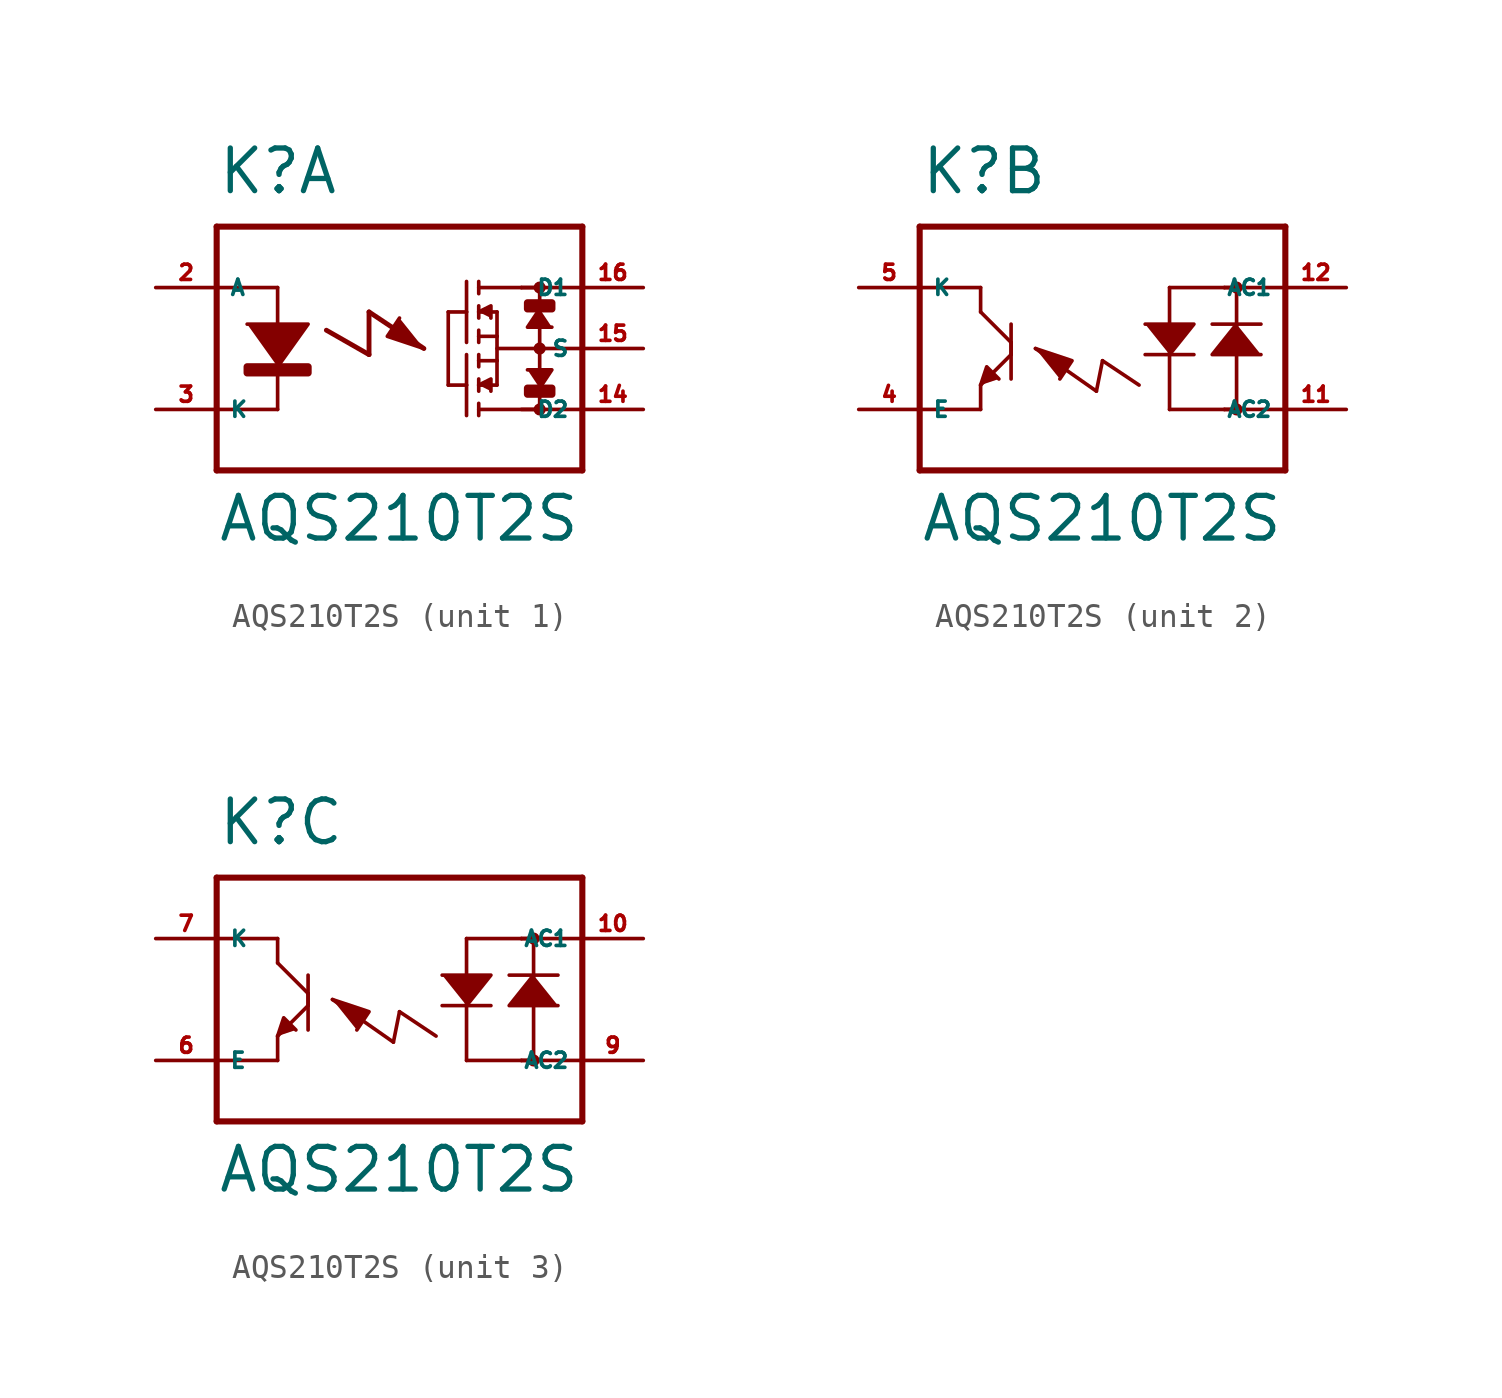
<source format=kicad_sym>
(kicad_symbol_lib
  (version 20220914)
  (generator Eagle2Kicad)
  (symbol "AQS210T2S"
    (property "Reference" "K"
      (at -7.62 6.35 0)
      (effects (font (size 1.778 1.778) (thickness 0.22)) (justify left bottom)))
    (property "Value" "AQS210T2S"
      (at -7.62 -8.128 0)
      (effects (font (size 1.778 1.778) (thickness 0.22)) (justify left bottom)))
    (symbol "AQS210T2S_1_0"
      (polyline (pts (xy -6.35 1.016) (xy -3.81 1.016) (xy -5.08 -0.762)) (stroke (width 0.152) (type default)) (fill (type outline)))
      (polyline (pts (xy 3.302 1.524) (xy 3.81 1.778) (xy 3.81 1.27)) (stroke (width 0.152) (type default)) (fill (type outline)))
      (polyline (pts (xy 3.302 -1.524) (xy 3.81 -1.27) (xy 3.81 -1.778)) (stroke (width 0.152) (type default)) (fill (type outline)))
      (polyline (pts (xy 5.842 1.651) (xy 5.334 0.889) (xy 6.35 0.889)) (stroke (width 0.152) (type default)) (fill (type outline)))
      (polyline (pts (xy 5.842 -1.651) (xy 6.35 -0.889) (xy 5.334 -0.889)) (stroke (width 0.152) (type default)) (fill (type outline)))
      (polyline (pts (xy 0 1.27) (xy -0.508 0.508) (xy 1.016 0)) (stroke (width 0.152) (type default)) (fill (type outline)))
      (polyline (pts (xy -5.08 2.54) (xy -5.08 -2.54)) (stroke (width 0.152) (type default)) (fill (type none)))
      (polyline (pts (xy 3.302 2.794) (xy 3.302 2.286)) (stroke (width 0.152) (type default)) (fill (type none)))
      (polyline (pts (xy 3.302 1.778) (xy 3.302 1.524)) (stroke (width 0.152) (type default)) (fill (type none)))
      (polyline (pts (xy 3.302 1.524) (xy 3.302 1.27)) (stroke (width 0.152) (type default)) (fill (type none)))
      (polyline (pts (xy 3.302 0.762) (xy 3.302 0.508)) (stroke (width 0.152) (type default)) (fill (type none)))
      (polyline (pts (xy 3.302 0.508) (xy 3.302 0.254)) (stroke (width 0.152) (type default)) (fill (type none)))
      (polyline (pts (xy 3.302 1.524) (xy 4.064 1.524)) (stroke (width 0.152) (type default)) (fill (type none)))
      (polyline (pts (xy 3.302 0.508) (xy 4.064 0.508)) (stroke (width 0.152) (type default)) (fill (type none)))
      (polyline (pts (xy 4.064 0.508) (xy 4.064 1.524)) (stroke (width 0.152) (type default)) (fill (type none)))
      (polyline (pts (xy 2.794 2.794) (xy 2.794 1.524)) (stroke (width 0.152) (type default)) (fill (type none)))
      (polyline (pts (xy 2.794 1.524) (xy 2.794 0.254)) (stroke (width 0.152) (type default)) (fill (type none)))
      (polyline (pts (xy 2.794 1.524) (xy 2.032 1.524)) (stroke (width 0.152) (type default)) (fill (type none)))
      (polyline (pts (xy 3.302 -2.794) (xy 3.302 -2.286)) (stroke (width 0.152) (type default)) (fill (type none)))
      (polyline (pts (xy 3.302 -1.778) (xy 3.302 -1.524)) (stroke (width 0.152) (type default)) (fill (type none)))
      (polyline (pts (xy 3.302 -1.524) (xy 3.302 -1.27)) (stroke (width 0.152) (type default)) (fill (type none)))
      (polyline (pts (xy 3.302 -0.762) (xy 3.302 -0.508)) (stroke (width 0.152) (type default)) (fill (type none)))
      (polyline (pts (xy 3.302 -0.508) (xy 3.302 -0.254)) (stroke (width 0.152) (type default)) (fill (type none)))
      (polyline (pts (xy 3.302 -1.524) (xy 4.064 -1.524)) (stroke (width 0.152) (type default)) (fill (type none)))
      (polyline (pts (xy 3.302 -0.508) (xy 4.064 -0.508)) (stroke (width 0.152) (type default)) (fill (type none)))
      (polyline (pts (xy 4.064 -0.508) (xy 4.064 -1.524)) (stroke (width 0.152) (type default)) (fill (type none)))
      (polyline (pts (xy 4.064 0.508) (xy 4.064 -0.508)) (stroke (width 0.152) (type default)) (fill (type none)))
      (polyline (pts (xy 2.794 -2.794) (xy 2.794 -1.524)) (stroke (width 0.152) (type default)) (fill (type none)))
      (polyline (pts (xy 2.794 -1.524) (xy 2.794 -0.254)) (stroke (width 0.152) (type default)) (fill (type none)))
      (polyline (pts (xy 2.794 -1.524) (xy 2.032 -1.524)) (stroke (width 0.152) (type default)) (fill (type none)))
      (polyline (pts (xy 2.032 1.524) (xy 2.032 -1.524)) (stroke (width 0.152) (type default)) (fill (type none)))
      (polyline (pts (xy -7.62 5.08) (xy -7.62 2.54)) (stroke (width 0.254) (type default)) (fill (type none)))
      (polyline (pts (xy -7.62 2.54) (xy -7.62 -2.54)) (stroke (width 0.254) (type default)) (fill (type none)))
      (polyline (pts (xy -7.62 -2.54) (xy -7.62 -5.08)) (stroke (width 0.254) (type default)) (fill (type none)))
      (polyline (pts (xy -7.62 -5.08) (xy 7.62 -5.08)) (stroke (width 0.254) (type default)) (fill (type none)))
      (polyline (pts (xy 7.62 -5.08) (xy 7.62 -2.54)) (stroke (width 0.254) (type default)) (fill (type none)))
      (polyline (pts (xy 7.62 -2.54) (xy 7.62 0)) (stroke (width 0.254) (type default)) (fill (type none)))
      (polyline (pts (xy 7.62 0) (xy 7.62 2.54)) (stroke (width 0.254) (type default)) (fill (type none)))
      (polyline (pts (xy 7.62 2.54) (xy 7.62 5.08)) (stroke (width 0.254) (type default)) (fill (type none)))
      (polyline (pts (xy 7.62 5.08) (xy -7.62 5.08)) (stroke (width 0.254) (type default)) (fill (type none)))
      (polyline (pts (xy 3.302 2.54) (xy 5.08 2.54)) (stroke (width 0.152) (type default)) (fill (type none)))
      (polyline (pts (xy 5.08 2.54) (xy 5.842 2.54)) (stroke (width 0.152) (type default)) (fill (type none)))
      (polyline (pts (xy 3.302 -2.54) (xy 5.842 -2.54)) (stroke (width 0.152) (type default)) (fill (type none)))
      (polyline (pts (xy 5.842 2.54) (xy 5.842 -2.54)) (stroke (width 0.152) (type default)) (fill (type none)))
      (polyline (pts (xy -5.08 2.54) (xy -7.62 2.54)) (stroke (width 0.152) (type default)) (fill (type none)))
      (polyline (pts (xy -5.08 -2.54) (xy -7.62 -2.54)) (stroke (width 0.152) (type default)) (fill (type none)))
      (polyline (pts (xy 7.62 2.54) (xy 5.08 2.54)) (stroke (width 0.152) (type default)) (fill (type none)))
      (polyline (pts (xy 7.62 0) (xy 4.064 0)) (stroke (width 0.152) (type default)) (fill (type none)))
      (polyline (pts (xy 7.62 -2.54) (xy 5.08 -2.54)) (stroke (width 0.152) (type default)) (fill (type none)))
      (polyline (pts (xy -3.048 0.762) (xy -1.27 -0.254)) (stroke (width 0.203) (type default)) (fill (type none)))
      (polyline (pts (xy -1.27 -0.254) (xy -1.27 1.524)) (stroke (width 0.203) (type default)) (fill (type none)))
      (polyline (pts (xy -1.27 1.524) (xy 1.016 0)) (stroke (width 0.203) (type default)) (fill (type none)))
      (circle (center 5.842 2.54) (radius 0.127) (stroke (width 0.254) (type default)) (fill (type none)))
      (circle (center 5.842 0) (radius 0.127) (stroke (width 0.254) (type default)) (fill (type none)))
      (circle (center 5.842 -2.54) (radius 0.127) (stroke (width 0.254) (type default)) (fill (type none)))
      (rectangle (start -6.35 -1.016) (end -3.81 -0.762) (stroke (width 0.3) (type default)) (fill (type outline)))
      (rectangle (start 5.334 -1.905) (end 6.35 -1.651) (stroke (width 0.3) (type default)) (fill (type outline)))
      (rectangle (start 5.334 1.651) (end 6.35 1.905) (stroke (width 0.3) (type default)) (fill (type outline)))
      (pin passive line (at -10.16 -2.54 0) (length 2.54) (name "K" (effects (font (size 0.635 0.635) (thickness 0.08)) (justify left bottom))) (number "3" (effects (font (size 0.635 0.635) (thickness 0.08)) (justify left bottom))))
      (pin passive line (at 10.16 2.54 180) (length 2.54) (name "D1" (effects (font (size 0.635 0.635) (thickness 0.08)) (justify left bottom))) (number "16" (effects (font (size 0.635 0.635) (thickness 0.08)) (justify left bottom))))
      (pin passive line (at 10.16 -2.54 180) (length 2.54) (name "D2" (effects (font (size 0.635 0.635) (thickness 0.08)) (justify left bottom))) (number "14" (effects (font (size 0.635 0.635) (thickness 0.08)) (justify left bottom))))
      (pin passive line (at -10.16 2.54 0) (length 2.54) (name "A" (effects (font (size 0.635 0.635) (thickness 0.08)) (justify left bottom))) (number "2" (effects (font (size 0.635 0.635) (thickness 0.08)) (justify left bottom))))
      (pin passive line (at 10.16 0 180) (length 2.54) (name "S" (effects (font (size 0.635 0.635) (thickness 0.08)) (justify left bottom))) (number "15" (effects (font (size 0.635 0.635) (thickness 0.08)) (justify left bottom)))))
    (symbol "AQS210T2S_2_0"
      (polyline (pts (xy 5.588 1.016) (xy 4.572 -0.254) (xy 6.604 -0.254)) (stroke (width 0.152) (type default)) (fill (type outline)))
      (polyline (pts (xy 2.794 -0.254) (xy 3.81 1.016) (xy 1.778 1.016)) (stroke (width 0.152) (type default)) (fill (type outline)))
      (polyline (pts (xy -5.08 -1.524) (xy -4.826 -0.762) (xy -4.318 -1.27)) (stroke (width 0.152) (type default)) (fill (type outline)))
      (polyline (pts (xy -1.778 -1.27) (xy -1.27 -0.508) (xy -2.794 0)) (stroke (width 0.152) (type default)) (fill (type outline)))
      (polyline (pts (xy 5.588 2.54) (xy 5.588 1.016)) (stroke (width 0.152) (type default)) (fill (type none)))
      (polyline (pts (xy 5.588 1.016) (xy 5.588 -2.54)) (stroke (width 0.152) (type default)) (fill (type none)))
      (polyline (pts (xy 5.588 2.54) (xy 5.08 2.54)) (stroke (width 0.152) (type default)) (fill (type none)))
      (polyline (pts (xy 5.08 2.54) (xy 2.794 2.54)) (stroke (width 0.152) (type default)) (fill (type none)))
      (polyline (pts (xy 4.572 1.016) (xy 5.588 1.016)) (stroke (width 0.152) (type default)) (fill (type none)))
      (polyline (pts (xy 5.588 1.016) (xy 6.604 1.016)) (stroke (width 0.152) (type default)) (fill (type none)))
      (polyline (pts (xy 2.794 -2.54) (xy 2.794 -0.254)) (stroke (width 0.152) (type default)) (fill (type none)))
      (polyline (pts (xy 2.794 -0.254) (xy 2.794 2.54)) (stroke (width 0.152) (type default)) (fill (type none)))
      (polyline (pts (xy 3.81 -0.254) (xy 2.794 -0.254)) (stroke (width 0.152) (type default)) (fill (type none)))
      (polyline (pts (xy 2.794 -0.254) (xy 1.778 -0.254)) (stroke (width 0.152) (type default)) (fill (type none)))
      (polyline (pts (xy 2.794 -2.54) (xy 5.08 -2.54)) (stroke (width 0.152) (type default)) (fill (type none)))
      (polyline (pts (xy 5.08 -2.54) (xy 5.588 -2.54)) (stroke (width 0.152) (type default)) (fill (type none)))
      (polyline (pts (xy -5.08 2.54) (xy -5.08 1.524)) (stroke (width 0.152) (type default)) (fill (type none)))
      (polyline (pts (xy -5.08 1.524) (xy -3.81 0.254)) (stroke (width 0.152) (type default)) (fill (type none)))
      (polyline (pts (xy -3.81 0.254) (xy -3.81 -0.254)) (stroke (width 0.152) (type default)) (fill (type none)))
      (polyline (pts (xy -3.81 -0.254) (xy -5.08 -1.524)) (stroke (width 0.152) (type default)) (fill (type none)))
      (polyline (pts (xy -5.08 -1.524) (xy -5.08 -2.54)) (stroke (width 0.152) (type default)) (fill (type none)))
      (polyline (pts (xy -3.81 1.016) (xy -3.81 0.254)) (stroke (width 0.152) (type default)) (fill (type none)))
      (polyline (pts (xy -3.81 0.254) (xy -3.81 -1.27)) (stroke (width 0.152) (type default)) (fill (type none)))
      (polyline (pts (xy -7.62 5.08) (xy -7.62 2.54)) (stroke (width 0.254) (type default)) (fill (type none)))
      (polyline (pts (xy -7.62 2.54) (xy -7.62 -2.54)) (stroke (width 0.254) (type default)) (fill (type none)))
      (polyline (pts (xy -7.62 -2.54) (xy -7.62 -5.08)) (stroke (width 0.254) (type default)) (fill (type none)))
      (polyline (pts (xy -7.62 -5.08) (xy 7.62 -5.08)) (stroke (width 0.254) (type default)) (fill (type none)))
      (polyline (pts (xy 7.62 -5.08) (xy 7.62 -2.54)) (stroke (width 0.254) (type default)) (fill (type none)))
      (polyline (pts (xy 7.62 -2.54) (xy 7.62 5.08)) (stroke (width 0.254) (type default)) (fill (type none)))
      (polyline (pts (xy 7.62 5.08) (xy -7.62 5.08)) (stroke (width 0.254) (type default)) (fill (type none)))
      (polyline (pts (xy -7.62 -2.54) (xy -5.08 -2.54)) (stroke (width 0.152) (type default)) (fill (type none)))
      (polyline (pts (xy -7.62 2.54) (xy -5.08 2.54)) (stroke (width 0.152) (type default)) (fill (type none)))
      (polyline (pts (xy 5.08 -2.54) (xy 7.62 -2.54)) (stroke (width 0.152) (type default)) (fill (type none)))
      (polyline (pts (xy 5.08 2.54) (xy 7.62 2.54)) (stroke (width 0.152) (type default)) (fill (type none)))
      (polyline (pts (xy 1.524 -1.524) (xy 0 -0.508)) (stroke (width 0.152) (type default)) (fill (type none)))
      (polyline (pts (xy 0 -0.508) (xy -0.254 -1.778)) (stroke (width 0.152) (type default)) (fill (type none)))
      (polyline (pts (xy -0.254 -1.778) (xy -2.794 0)) (stroke (width 0.152) (type default)) (fill (type none)))
      (circle (center 5.588 2.54) (radius 0.127) (stroke (width 0.254) (type default)) (fill (type none)))
      (circle (center 5.588 -2.54) (radius 0.127) (stroke (width 0.254) (type default)) (fill (type none)))
      (pin passive line (at -10.16 2.54 0) (length 2.54) (name "K" (effects (font (size 0.635 0.635) (thickness 0.08)) (justify left bottom))) (number "5" (effects (font (size 0.635 0.635) (thickness 0.08)) (justify left bottom))))
      (pin passive line (at -10.16 -2.54 0) (length 2.54) (name "E" (effects (font (size 0.635 0.635) (thickness 0.08)) (justify left bottom))) (number "4" (effects (font (size 0.635 0.635) (thickness 0.08)) (justify left bottom))))
      (pin passive line (at 10.16 -2.54 180) (length 2.54) (name "AC2" (effects (font (size 0.635 0.635) (thickness 0.08)) (justify left bottom))) (number "11" (effects (font (size 0.635 0.635) (thickness 0.08)) (justify left bottom))))
      (pin passive line (at 10.16 2.54 180) (length 2.54) (name "AC1" (effects (font (size 0.635 0.635) (thickness 0.08)) (justify left bottom))) (number "12" (effects (font (size 0.635 0.635) (thickness 0.08)) (justify left bottom)))))
    (symbol "AQS210T2S_3_0"
      (polyline (pts (xy 5.588 1.016) (xy 4.572 -0.254) (xy 6.604 -0.254)) (stroke (width 0.152) (type default)) (fill (type outline)))
      (polyline (pts (xy 2.794 -0.254) (xy 3.81 1.016) (xy 1.778 1.016)) (stroke (width 0.152) (type default)) (fill (type outline)))
      (polyline (pts (xy -5.08 -1.524) (xy -4.826 -0.762) (xy -4.318 -1.27)) (stroke (width 0.152) (type default)) (fill (type outline)))
      (polyline (pts (xy -1.778 -1.27) (xy -1.27 -0.508) (xy -2.794 0)) (stroke (width 0.152) (type default)) (fill (type outline)))
      (polyline (pts (xy 5.588 2.54) (xy 5.588 1.016)) (stroke (width 0.152) (type default)) (fill (type none)))
      (polyline (pts (xy 5.588 1.016) (xy 5.588 -2.54)) (stroke (width 0.152) (type default)) (fill (type none)))
      (polyline (pts (xy 5.588 2.54) (xy 5.08 2.54)) (stroke (width 0.152) (type default)) (fill (type none)))
      (polyline (pts (xy 5.08 2.54) (xy 2.794 2.54)) (stroke (width 0.152) (type default)) (fill (type none)))
      (polyline (pts (xy 4.572 1.016) (xy 5.588 1.016)) (stroke (width 0.152) (type default)) (fill (type none)))
      (polyline (pts (xy 5.588 1.016) (xy 6.604 1.016)) (stroke (width 0.152) (type default)) (fill (type none)))
      (polyline (pts (xy 2.794 -2.54) (xy 2.794 -0.254)) (stroke (width 0.152) (type default)) (fill (type none)))
      (polyline (pts (xy 2.794 -0.254) (xy 2.794 2.54)) (stroke (width 0.152) (type default)) (fill (type none)))
      (polyline (pts (xy 3.81 -0.254) (xy 2.794 -0.254)) (stroke (width 0.152) (type default)) (fill (type none)))
      (polyline (pts (xy 2.794 -0.254) (xy 1.778 -0.254)) (stroke (width 0.152) (type default)) (fill (type none)))
      (polyline (pts (xy 2.794 -2.54) (xy 5.08 -2.54)) (stroke (width 0.152) (type default)) (fill (type none)))
      (polyline (pts (xy 5.08 -2.54) (xy 5.588 -2.54)) (stroke (width 0.152) (type default)) (fill (type none)))
      (polyline (pts (xy -5.08 2.54) (xy -5.08 1.524)) (stroke (width 0.152) (type default)) (fill (type none)))
      (polyline (pts (xy -5.08 1.524) (xy -3.81 0.254)) (stroke (width 0.152) (type default)) (fill (type none)))
      (polyline (pts (xy -3.81 0.254) (xy -3.81 -0.254)) (stroke (width 0.152) (type default)) (fill (type none)))
      (polyline (pts (xy -3.81 -0.254) (xy -5.08 -1.524)) (stroke (width 0.152) (type default)) (fill (type none)))
      (polyline (pts (xy -5.08 -1.524) (xy -5.08 -2.54)) (stroke (width 0.152) (type default)) (fill (type none)))
      (polyline (pts (xy -3.81 1.016) (xy -3.81 0.254)) (stroke (width 0.152) (type default)) (fill (type none)))
      (polyline (pts (xy -3.81 0.254) (xy -3.81 -1.27)) (stroke (width 0.152) (type default)) (fill (type none)))
      (polyline (pts (xy -7.62 5.08) (xy -7.62 2.54)) (stroke (width 0.254) (type default)) (fill (type none)))
      (polyline (pts (xy -7.62 2.54) (xy -7.62 -2.54)) (stroke (width 0.254) (type default)) (fill (type none)))
      (polyline (pts (xy -7.62 -2.54) (xy -7.62 -5.08)) (stroke (width 0.254) (type default)) (fill (type none)))
      (polyline (pts (xy -7.62 -5.08) (xy 7.62 -5.08)) (stroke (width 0.254) (type default)) (fill (type none)))
      (polyline (pts (xy 7.62 -5.08) (xy 7.62 -2.54)) (stroke (width 0.254) (type default)) (fill (type none)))
      (polyline (pts (xy 7.62 -2.54) (xy 7.62 5.08)) (stroke (width 0.254) (type default)) (fill (type none)))
      (polyline (pts (xy 7.62 5.08) (xy -7.62 5.08)) (stroke (width 0.254) (type default)) (fill (type none)))
      (polyline (pts (xy -7.62 -2.54) (xy -5.08 -2.54)) (stroke (width 0.152) (type default)) (fill (type none)))
      (polyline (pts (xy -7.62 2.54) (xy -5.08 2.54)) (stroke (width 0.152) (type default)) (fill (type none)))
      (polyline (pts (xy 5.08 -2.54) (xy 7.62 -2.54)) (stroke (width 0.152) (type default)) (fill (type none)))
      (polyline (pts (xy 5.08 2.54) (xy 7.62 2.54)) (stroke (width 0.152) (type default)) (fill (type none)))
      (polyline (pts (xy 1.524 -1.524) (xy 0 -0.508)) (stroke (width 0.152) (type default)) (fill (type none)))
      (polyline (pts (xy 0 -0.508) (xy -0.254 -1.778)) (stroke (width 0.152) (type default)) (fill (type none)))
      (polyline (pts (xy -0.254 -1.778) (xy -2.794 0)) (stroke (width 0.152) (type default)) (fill (type none)))
      (circle (center 5.588 2.54) (radius 0.127) (stroke (width 0.254) (type default)) (fill (type none)))
      (circle (center 5.588 -2.54) (radius 0.127) (stroke (width 0.254) (type default)) (fill (type none)))
      (pin passive line (at -10.16 2.54 0) (length 2.54) (name "K" (effects (font (size 0.635 0.635) (thickness 0.08)) (justify left bottom))) (number "7" (effects (font (size 0.635 0.635) (thickness 0.08)) (justify left bottom))))
      (pin passive line (at -10.16 -2.54 0) (length 2.54) (name "E" (effects (font (size 0.635 0.635) (thickness 0.08)) (justify left bottom))) (number "6" (effects (font (size 0.635 0.635) (thickness 0.08)) (justify left bottom))))
      (pin passive line (at 10.16 -2.54 180) (length 2.54) (name "AC2" (effects (font (size 0.635 0.635) (thickness 0.08)) (justify left bottom))) (number "9" (effects (font (size 0.635 0.635) (thickness 0.08)) (justify left bottom))))
      (pin passive line (at 10.16 2.54 180) (length 2.54) (name "AC1" (effects (font (size 0.635 0.635) (thickness 0.08)) (justify left bottom))) (number "10" (effects (font (size 0.635 0.635) (thickness 0.08)) (justify left bottom)))))))
</source>
